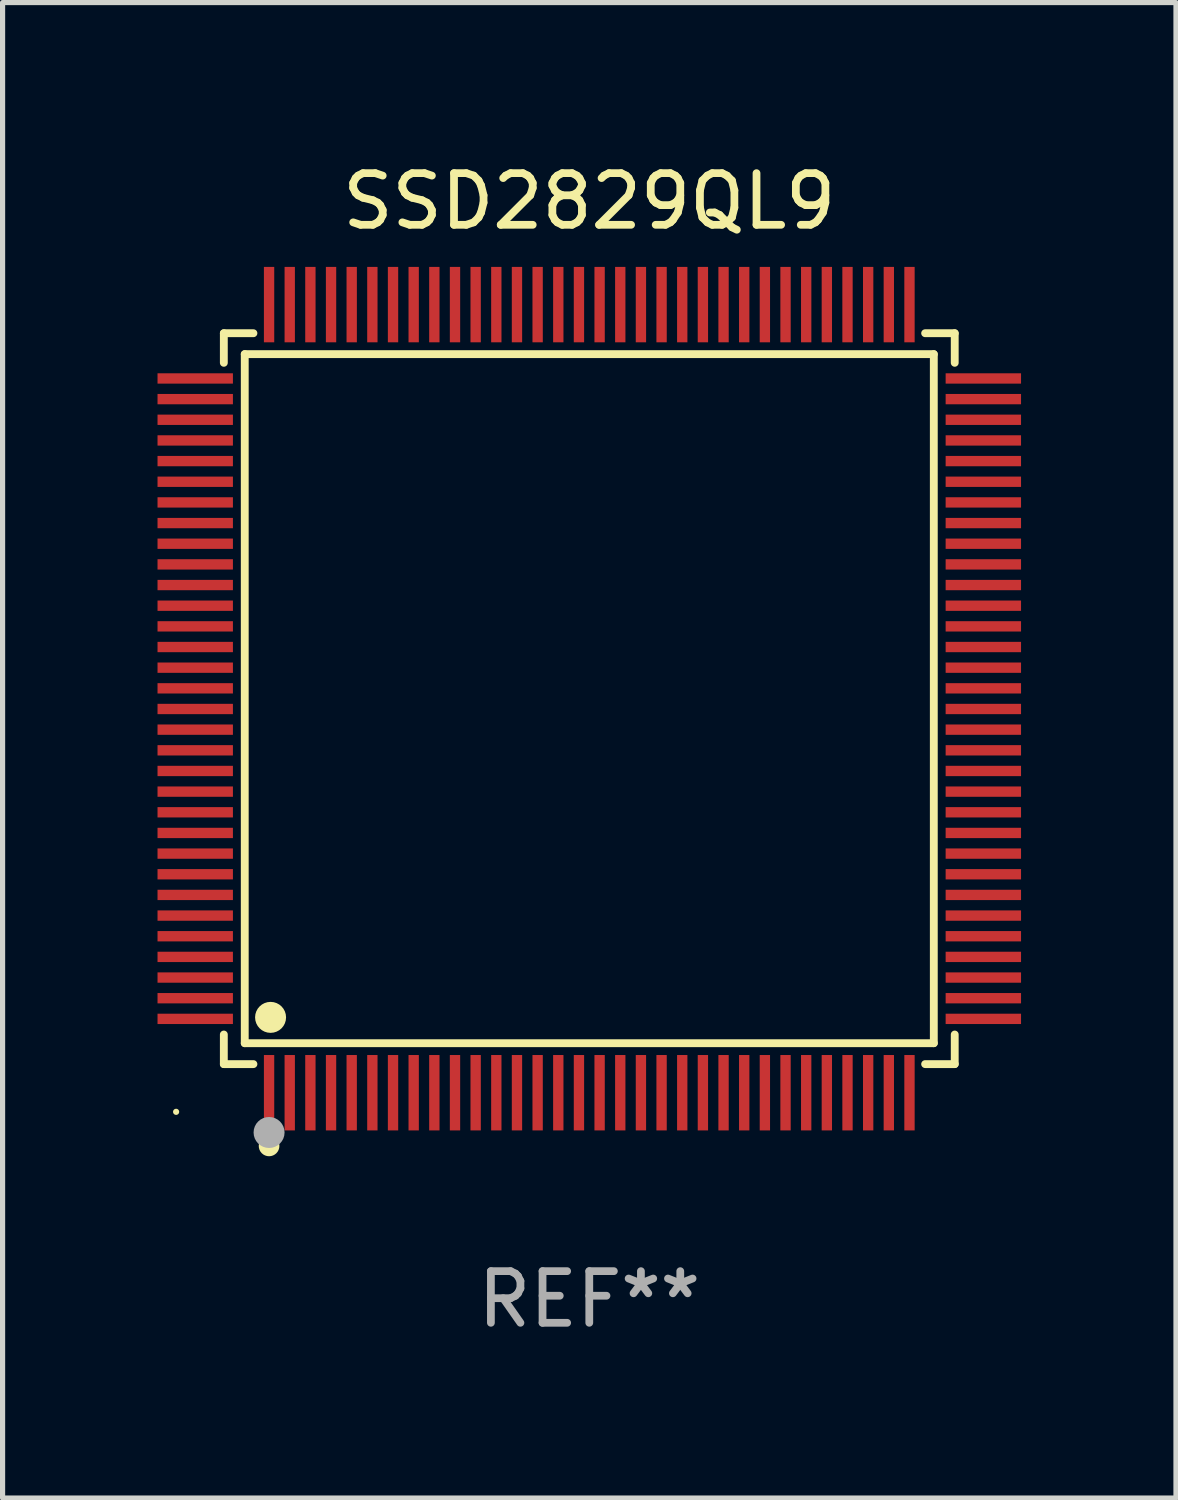
<source format=kicad_pcb>
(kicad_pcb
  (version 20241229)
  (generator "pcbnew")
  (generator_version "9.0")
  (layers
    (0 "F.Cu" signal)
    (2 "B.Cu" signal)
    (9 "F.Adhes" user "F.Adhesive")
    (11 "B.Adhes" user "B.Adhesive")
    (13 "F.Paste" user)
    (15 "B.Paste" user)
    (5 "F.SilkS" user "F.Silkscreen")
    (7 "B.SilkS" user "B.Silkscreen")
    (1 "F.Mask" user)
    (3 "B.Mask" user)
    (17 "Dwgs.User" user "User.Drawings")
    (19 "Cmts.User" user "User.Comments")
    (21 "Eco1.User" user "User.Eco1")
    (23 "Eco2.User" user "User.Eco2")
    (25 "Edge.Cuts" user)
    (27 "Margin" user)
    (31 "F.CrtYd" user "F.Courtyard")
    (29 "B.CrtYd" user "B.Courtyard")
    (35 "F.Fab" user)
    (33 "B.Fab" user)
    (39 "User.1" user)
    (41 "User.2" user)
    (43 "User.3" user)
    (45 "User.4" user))
  (footprint "SSD2829QL9"
    (layer "F.Cu")
    (at 8.36 10.478)
    (property "Reference" "SSD2829QL9" (at 0 -9.63 0) (layer "F.SilkS") (effects (font (size 1 1) (thickness 0.15))))
    (attr through_hole)
    (fp_line (start -7.076 -7.076) (end -6.503 -7.076) (stroke (width 0.152) (type solid)) (layer "F.SilkS"))
    (fp_line (start -7.076 -6.503) (end -7.076 -7.076) (stroke (width 0.152) (type solid)) (layer "F.SilkS"))
    (fp_line (start -7.076 6.503) (end -7.076 7.076) (stroke (width 0.152) (type solid)) (layer "F.SilkS"))
    (fp_line (start -7.076 7.076) (end -6.503 7.076) (stroke (width 0.152) (type solid)) (layer "F.SilkS"))
    (fp_line (start -6.671 -6.671) (end 6.671 -6.671) (stroke (width 0.152) (type solid)) (layer "F.SilkS"))
    (fp_line (start -6.671 6.671) (end -6.671 -6.671) (stroke (width 0.152) (type solid)) (layer "F.SilkS"))
    (fp_line (start 6.671 -6.671) (end 6.671 6.671) (stroke (width 0.152) (type solid)) (layer "F.SilkS"))
    (fp_line (start 6.671 6.671) (end -6.671 6.671) (stroke (width 0.152) (type solid)) (layer "F.SilkS"))
    (fp_line (start 7.076 -7.076) (end 6.503 -7.076) (stroke (width 0.152) (type solid)) (layer "F.SilkS"))
    (fp_line (start 7.076 -6.503) (end 7.076 -7.076) (stroke (width 0.152) (type solid)) (layer "F.SilkS"))
    (fp_line (start 7.076 6.503) (end 7.076 7.076) (stroke (width 0.152) (type solid)) (layer "F.SilkS"))
    (fp_line (start 7.076 7.076) (end 6.503 7.076) (stroke (width 0.152) (type solid)) (layer "F.SilkS"))
    (fp_circle (center -8 8) (end -7.97 8) (stroke (width 0.06) (type solid)) (fill no) (layer "F.SilkS"))
    (fp_circle (center -6.2 8.66) (end -6.1 8.66) (stroke (width 0.2) (type solid)) (fill no) (layer "F.SilkS"))
    (fp_circle (center -6.171 6.171) (end -6.021 6.171) (stroke (width 0.3) (type solid)) (fill no) (layer "F.SilkS"))
    (fp_circle (center -6.2 8.4) (end -6.05 8.4) (stroke (width 0.3) (type solid)) (fill no) (layer "F.Fab"))
    (fp_text user "REF**" (at 0 11.63 0) (layer "F.Fab") (effects (font (size 1 1) (thickness 0.15))))
    (pad "1" smd rect (at -6.2 7.63) (size 0.2 1.46) (layers "F.Cu" "F.Mask" "F.Paste"))
    (pad "2" smd rect (at -5.8 7.63) (size 0.2 1.46) (layers "F.Cu" "F.Mask" "F.Paste"))
    (pad "3" smd rect (at -5.4 7.63) (size 0.2 1.46) (layers "F.Cu" "F.Mask" "F.Paste"))
    (pad "4" smd rect (at -5 7.63) (size 0.2 1.46) (layers "F.Cu" "F.Mask" "F.Paste"))
    (pad "5" smd rect (at -4.6 7.63) (size 0.2 1.46) (layers "F.Cu" "F.Mask" "F.Paste"))
    (pad "6" smd rect (at -4.2 7.63) (size 0.2 1.46) (layers "F.Cu" "F.Mask" "F.Paste"))
    (pad "7" smd rect (at -3.8 7.63) (size 0.2 1.46) (layers "F.Cu" "F.Mask" "F.Paste"))
    (pad "8" smd rect (at -3.4 7.63) (size 0.2 1.46) (layers "F.Cu" "F.Mask" "F.Paste"))
    (pad "9" smd rect (at -3 7.63) (size 0.2 1.46) (layers "F.Cu" "F.Mask" "F.Paste"))
    (pad "10" smd rect (at -2.6 7.63) (size 0.2 1.46) (layers "F.Cu" "F.Mask" "F.Paste"))
    (pad "11" smd rect (at -2.2 7.63) (size 0.2 1.46) (layers "F.Cu" "F.Mask" "F.Paste"))
    (pad "12" smd rect (at -1.8 7.63) (size 0.2 1.46) (layers "F.Cu" "F.Mask" "F.Paste"))
    (pad "13" smd rect (at -1.4 7.63) (size 0.2 1.46) (layers "F.Cu" "F.Mask" "F.Paste"))
    (pad "14" smd rect (at -1 7.63) (size 0.2 1.46) (layers "F.Cu" "F.Mask" "F.Paste"))
    (pad "15" smd rect (at -0.6 7.63) (size 0.2 1.46) (layers "F.Cu" "F.Mask" "F.Paste"))
    (pad "16" smd rect (at -0.2 7.63) (size 0.2 1.46) (layers "F.Cu" "F.Mask" "F.Paste"))
    (pad "17" smd rect (at 0.2 7.63) (size 0.2 1.46) (layers "F.Cu" "F.Mask" "F.Paste"))
    (pad "18" smd rect (at 0.6 7.63) (size 0.2 1.46) (layers "F.Cu" "F.Mask" "F.Paste"))
    (pad "19" smd rect (at 1 7.63) (size 0.2 1.46) (layers "F.Cu" "F.Mask" "F.Paste"))
    (pad "20" smd rect (at 1.4 7.63) (size 0.2 1.46) (layers "F.Cu" "F.Mask" "F.Paste"))
    (pad "21" smd rect (at 1.8 7.63) (size 0.2 1.46) (layers "F.Cu" "F.Mask" "F.Paste"))
    (pad "22" smd rect (at 2.2 7.63) (size 0.2 1.46) (layers "F.Cu" "F.Mask" "F.Paste"))
    (pad "23" smd rect (at 2.6 7.63) (size 0.2 1.46) (layers "F.Cu" "F.Mask" "F.Paste"))
    (pad "24" smd rect (at 3 7.63) (size 0.2 1.46) (layers "F.Cu" "F.Mask" "F.Paste"))
    (pad "25" smd rect (at 3.4 7.63) (size 0.2 1.46) (layers "F.Cu" "F.Mask" "F.Paste"))
    (pad "26" smd rect (at 3.8 7.63) (size 0.2 1.46) (layers "F.Cu" "F.Mask" "F.Paste"))
    (pad "27" smd rect (at 4.2 7.63) (size 0.2 1.46) (layers "F.Cu" "F.Mask" "F.Paste"))
    (pad "28" smd rect (at 4.6 7.63) (size 0.2 1.46) (layers "F.Cu" "F.Mask" "F.Paste"))
    (pad "29" smd rect (at 5 7.63) (size 0.2 1.46) (layers "F.Cu" "F.Mask" "F.Paste"))
    (pad "30" smd rect (at 5.4 7.63) (size 0.2 1.46) (layers "F.Cu" "F.Mask" "F.Paste"))
    (pad "31" smd rect (at 5.8 7.63) (size 0.2 1.46) (layers "F.Cu" "F.Mask" "F.Paste"))
    (pad "32" smd rect (at 6.2 7.63) (size 0.2 1.46) (layers "F.Cu" "F.Mask" "F.Paste"))
    (pad "33" smd rect (at 7.63 6.2) (size 1.46 0.2) (layers "F.Cu" "F.Mask" "F.Paste"))
    (pad "34" smd rect (at 7.63 5.8) (size 1.46 0.2) (layers "F.Cu" "F.Mask" "F.Paste"))
    (pad "35" smd rect (at 7.63 5.4) (size 1.46 0.2) (layers "F.Cu" "F.Mask" "F.Paste"))
    (pad "36" smd rect (at 7.63 5) (size 1.46 0.2) (layers "F.Cu" "F.Mask" "F.Paste"))
    (pad "37" smd rect (at 7.63 4.6) (size 1.46 0.2) (layers "F.Cu" "F.Mask" "F.Paste"))
    (pad "38" smd rect (at 7.63 4.2) (size 1.46 0.2) (layers "F.Cu" "F.Mask" "F.Paste"))
    (pad "39" smd rect (at 7.63 3.8) (size 1.46 0.2) (layers "F.Cu" "F.Mask" "F.Paste"))
    (pad "40" smd rect (at 7.63 3.4) (size 1.46 0.2) (layers "F.Cu" "F.Mask" "F.Paste"))
    (pad "41" smd rect (at 7.63 3) (size 1.46 0.2) (layers "F.Cu" "F.Mask" "F.Paste"))
    (pad "42" smd rect (at 7.63 2.6) (size 1.46 0.2) (layers "F.Cu" "F.Mask" "F.Paste"))
    (pad "43" smd rect (at 7.63 2.2) (size 1.46 0.2) (layers "F.Cu" "F.Mask" "F.Paste"))
    (pad "44" smd rect (at 7.63 1.8) (size 1.46 0.2) (layers "F.Cu" "F.Mask" "F.Paste"))
    (pad "45" smd rect (at 7.63 1.4) (size 1.46 0.2) (layers "F.Cu" "F.Mask" "F.Paste"))
    (pad "46" smd rect (at 7.63 1) (size 1.46 0.2) (layers "F.Cu" "F.Mask" "F.Paste"))
    (pad "47" smd rect (at 7.63 0.6) (size 1.46 0.2) (layers "F.Cu" "F.Mask" "F.Paste"))
    (pad "48" smd rect (at 7.63 0.2) (size 1.46 0.2) (layers "F.Cu" "F.Mask" "F.Paste"))
    (pad "49" smd rect (at 7.63 -0.2) (size 1.46 0.2) (layers "F.Cu" "F.Mask" "F.Paste"))
    (pad "50" smd rect (at 7.63 -0.6) (size 1.46 0.2) (layers "F.Cu" "F.Mask" "F.Paste"))
    (pad "51" smd rect (at 7.63 -1) (size 1.46 0.2) (layers "F.Cu" "F.Mask" "F.Paste"))
    (pad "52" smd rect (at 7.63 -1.4) (size 1.46 0.2) (layers "F.Cu" "F.Mask" "F.Paste"))
    (pad "53" smd rect (at 7.63 -1.8) (size 1.46 0.2) (layers "F.Cu" "F.Mask" "F.Paste"))
    (pad "54" smd rect (at 7.63 -2.2) (size 1.46 0.2) (layers "F.Cu" "F.Mask" "F.Paste"))
    (pad "55" smd rect (at 7.63 -2.6) (size 1.46 0.2) (layers "F.Cu" "F.Mask" "F.Paste"))
    (pad "56" smd rect (at 7.63 -3) (size 1.46 0.2) (layers "F.Cu" "F.Mask" "F.Paste"))
    (pad "57" smd rect (at 7.63 -3.4) (size 1.46 0.2) (layers "F.Cu" "F.Mask" "F.Paste"))
    (pad "58" smd rect (at 7.63 -3.8) (size 1.46 0.2) (layers "F.Cu" "F.Mask" "F.Paste"))
    (pad "59" smd rect (at 7.63 -4.2) (size 1.46 0.2) (layers "F.Cu" "F.Mask" "F.Paste"))
    (pad "60" smd rect (at 7.63 -4.6) (size 1.46 0.2) (layers "F.Cu" "F.Mask" "F.Paste"))
    (pad "61" smd rect (at 7.63 -5) (size 1.46 0.2) (layers "F.Cu" "F.Mask" "F.Paste"))
    (pad "62" smd rect (at 7.63 -5.4) (size 1.46 0.2) (layers "F.Cu" "F.Mask" "F.Paste"))
    (pad "63" smd rect (at 7.63 -5.8) (size 1.46 0.2) (layers "F.Cu" "F.Mask" "F.Paste"))
    (pad "64" smd rect (at 7.63 -6.2) (size 1.46 0.2) (layers "F.Cu" "F.Mask" "F.Paste"))
    (pad "65" smd rect (at 6.2 -7.63) (size 0.2 1.46) (layers "F.Cu" "F.Mask" "F.Paste"))
    (pad "66" smd rect (at 5.8 -7.63) (size 0.2 1.46) (layers "F.Cu" "F.Mask" "F.Paste"))
    (pad "67" smd rect (at 5.4 -7.63) (size 0.2 1.46) (layers "F.Cu" "F.Mask" "F.Paste"))
    (pad "68" smd rect (at 5 -7.63) (size 0.2 1.46) (layers "F.Cu" "F.Mask" "F.Paste"))
    (pad "69" smd rect (at 4.6 -7.63) (size 0.2 1.46) (layers "F.Cu" "F.Mask" "F.Paste"))
    (pad "70" smd rect (at 4.2 -7.63) (size 0.2 1.46) (layers "F.Cu" "F.Mask" "F.Paste"))
    (pad "71" smd rect (at 3.8 -7.63) (size 0.2 1.46) (layers "F.Cu" "F.Mask" "F.Paste"))
    (pad "72" smd rect (at 3.4 -7.63) (size 0.2 1.46) (layers "F.Cu" "F.Mask" "F.Paste"))
    (pad "73" smd rect (at 3 -7.63) (size 0.2 1.46) (layers "F.Cu" "F.Mask" "F.Paste"))
    (pad "74" smd rect (at 2.6 -7.63) (size 0.2 1.46) (layers "F.Cu" "F.Mask" "F.Paste"))
    (pad "75" smd rect (at 2.2 -7.63) (size 0.2 1.46) (layers "F.Cu" "F.Mask" "F.Paste"))
    (pad "76" smd rect (at 1.8 -7.63) (size 0.2 1.46) (layers "F.Cu" "F.Mask" "F.Paste"))
    (pad "77" smd rect (at 1.4 -7.63) (size 0.2 1.46) (layers "F.Cu" "F.Mask" "F.Paste"))
    (pad "78" smd rect (at 1 -7.63) (size 0.2 1.46) (layers "F.Cu" "F.Mask" "F.Paste"))
    (pad "79" smd rect (at 0.6 -7.63) (size 0.2 1.46) (layers "F.Cu" "F.Mask" "F.Paste"))
    (pad "80" smd rect (at 0.2 -7.63) (size 0.2 1.46) (layers "F.Cu" "F.Mask" "F.Paste"))
    (pad "81" smd rect (at -0.2 -7.63) (size 0.2 1.46) (layers "F.Cu" "F.Mask" "F.Paste"))
    (pad "82" smd rect (at -0.6 -7.63) (size 0.2 1.46) (layers "F.Cu" "F.Mask" "F.Paste"))
    (pad "83" smd rect (at -1 -7.63) (size 0.2 1.46) (layers "F.Cu" "F.Mask" "F.Paste"))
    (pad "84" smd rect (at -1.4 -7.63) (size 0.2 1.46) (layers "F.Cu" "F.Mask" "F.Paste"))
    (pad "85" smd rect (at -1.8 -7.63) (size 0.2 1.46) (layers "F.Cu" "F.Mask" "F.Paste"))
    (pad "86" smd rect (at -2.2 -7.63) (size 0.2 1.46) (layers "F.Cu" "F.Mask" "F.Paste"))
    (pad "87" smd rect (at -2.6 -7.63) (size 0.2 1.46) (layers "F.Cu" "F.Mask" "F.Paste"))
    (pad "88" smd rect (at -3 -7.63) (size 0.2 1.46) (layers "F.Cu" "F.Mask" "F.Paste"))
    (pad "89" smd rect (at -3.4 -7.63) (size 0.2 1.46) (layers "F.Cu" "F.Mask" "F.Paste"))
    (pad "90" smd rect (at -3.8 -7.63) (size 0.2 1.46) (layers "F.Cu" "F.Mask" "F.Paste"))
    (pad "91" smd rect (at -4.2 -7.63) (size 0.2 1.46) (layers "F.Cu" "F.Mask" "F.Paste"))
    (pad "92" smd rect (at -4.6 -7.63) (size 0.2 1.46) (layers "F.Cu" "F.Mask" "F.Paste"))
    (pad "93" smd rect (at -5 -7.63) (size 0.2 1.46) (layers "F.Cu" "F.Mask" "F.Paste"))
    (pad "94" smd rect (at -5.4 -7.63) (size 0.2 1.46) (layers "F.Cu" "F.Mask" "F.Paste"))
    (pad "95" smd rect (at -5.8 -7.63) (size 0.2 1.46) (layers "F.Cu" "F.Mask" "F.Paste"))
    (pad "96" smd rect (at -6.2 -7.63) (size 0.2 1.46) (layers "F.Cu" "F.Mask" "F.Paste"))
    (pad "97" smd rect (at -7.63 -6.2) (size 1.46 0.2) (layers "F.Cu" "F.Mask" "F.Paste"))
    (pad "98" smd rect (at -7.63 -5.8) (size 1.46 0.2) (layers "F.Cu" "F.Mask" "F.Paste"))
    (pad "99" smd rect (at -7.63 -5.4) (size 1.46 0.2) (layers "F.Cu" "F.Mask" "F.Paste"))
    (pad "100" smd rect (at -7.63 -5) (size 1.46 0.2) (layers "F.Cu" "F.Mask" "F.Paste"))
    (pad "101" smd rect (at -7.63 -4.6) (size 1.46 0.2) (layers "F.Cu" "F.Mask" "F.Paste"))
    (pad "102" smd rect (at -7.63 -4.2) (size 1.46 0.2) (layers "F.Cu" "F.Mask" "F.Paste"))
    (pad "103" smd rect (at -7.63 -3.8) (size 1.46 0.2) (layers "F.Cu" "F.Mask" "F.Paste"))
    (pad "104" smd rect (at -7.63 -3.4) (size 1.46 0.2) (layers "F.Cu" "F.Mask" "F.Paste"))
    (pad "105" smd rect (at -7.63 -3) (size 1.46 0.2) (layers "F.Cu" "F.Mask" "F.Paste"))
    (pad "106" smd rect (at -7.63 -2.6) (size 1.46 0.2) (layers "F.Cu" "F.Mask" "F.Paste"))
    (pad "107" smd rect (at -7.63 -2.2) (size 1.46 0.2) (layers "F.Cu" "F.Mask" "F.Paste"))
    (pad "108" smd rect (at -7.63 -1.8) (size 1.46 0.2) (layers "F.Cu" "F.Mask" "F.Paste"))
    (pad "109" smd rect (at -7.63 -1.4) (size 1.46 0.2) (layers "F.Cu" "F.Mask" "F.Paste"))
    (pad "110" smd rect (at -7.63 -1) (size 1.46 0.2) (layers "F.Cu" "F.Mask" "F.Paste"))
    (pad "111" smd rect (at -7.63 -0.6) (size 1.46 0.2) (layers "F.Cu" "F.Mask" "F.Paste"))
    (pad "112" smd rect (at -7.63 -0.2) (size 1.46 0.2) (layers "F.Cu" "F.Mask" "F.Paste"))
    (pad "113" smd rect (at -7.63 0.2) (size 1.46 0.2) (layers "F.Cu" "F.Mask" "F.Paste"))
    (pad "114" smd rect (at -7.63 0.6) (size 1.46 0.2) (layers "F.Cu" "F.Mask" "F.Paste"))
    (pad "115" smd rect (at -7.63 1) (size 1.46 0.2) (layers "F.Cu" "F.Mask" "F.Paste"))
    (pad "116" smd rect (at -7.63 1.4) (size 1.46 0.2) (layers "F.Cu" "F.Mask" "F.Paste"))
    (pad "117" smd rect (at -7.63 1.8) (size 1.46 0.2) (layers "F.Cu" "F.Mask" "F.Paste"))
    (pad "118" smd rect (at -7.63 2.2) (size 1.46 0.2) (layers "F.Cu" "F.Mask" "F.Paste"))
    (pad "119" smd rect (at -7.63 2.6) (size 1.46 0.2) (layers "F.Cu" "F.Mask" "F.Paste"))
    (pad "120" smd rect (at -7.63 3) (size 1.46 0.2) (layers "F.Cu" "F.Mask" "F.Paste"))
    (pad "121" smd rect (at -7.63 3.4) (size 1.46 0.2) (layers "F.Cu" "F.Mask" "F.Paste"))
    (pad "122" smd rect (at -7.63 3.8) (size 1.46 0.2) (layers "F.Cu" "F.Mask" "F.Paste"))
    (pad "123" smd rect (at -7.63 4.2) (size 1.46 0.2) (layers "F.Cu" "F.Mask" "F.Paste"))
    (pad "124" smd rect (at -7.63 4.6) (size 1.46 0.2) (layers "F.Cu" "F.Mask" "F.Paste"))
    (pad "125" smd rect (at -7.63 5) (size 1.46 0.2) (layers "F.Cu" "F.Mask" "F.Paste"))
    (pad "126" smd rect (at -7.63 5.4) (size 1.46 0.2) (layers "F.Cu" "F.Mask" "F.Paste"))
    (pad "127" smd rect (at -7.63 5.8) (size 1.46 0.2) (layers "F.Cu" "F.Mask" "F.Paste"))
    (pad "128" smd rect (at -7.63 6.2) (size 1.46 0.2) (layers "F.Cu" "F.Mask" "F.Paste")))
  (gr_rect
    (start -3 -3)
    (end 19.72 25.956)
    (stroke (width 0.1) (type default))
    (fill no)
    (layer "Edge.Cuts")))
</source>
